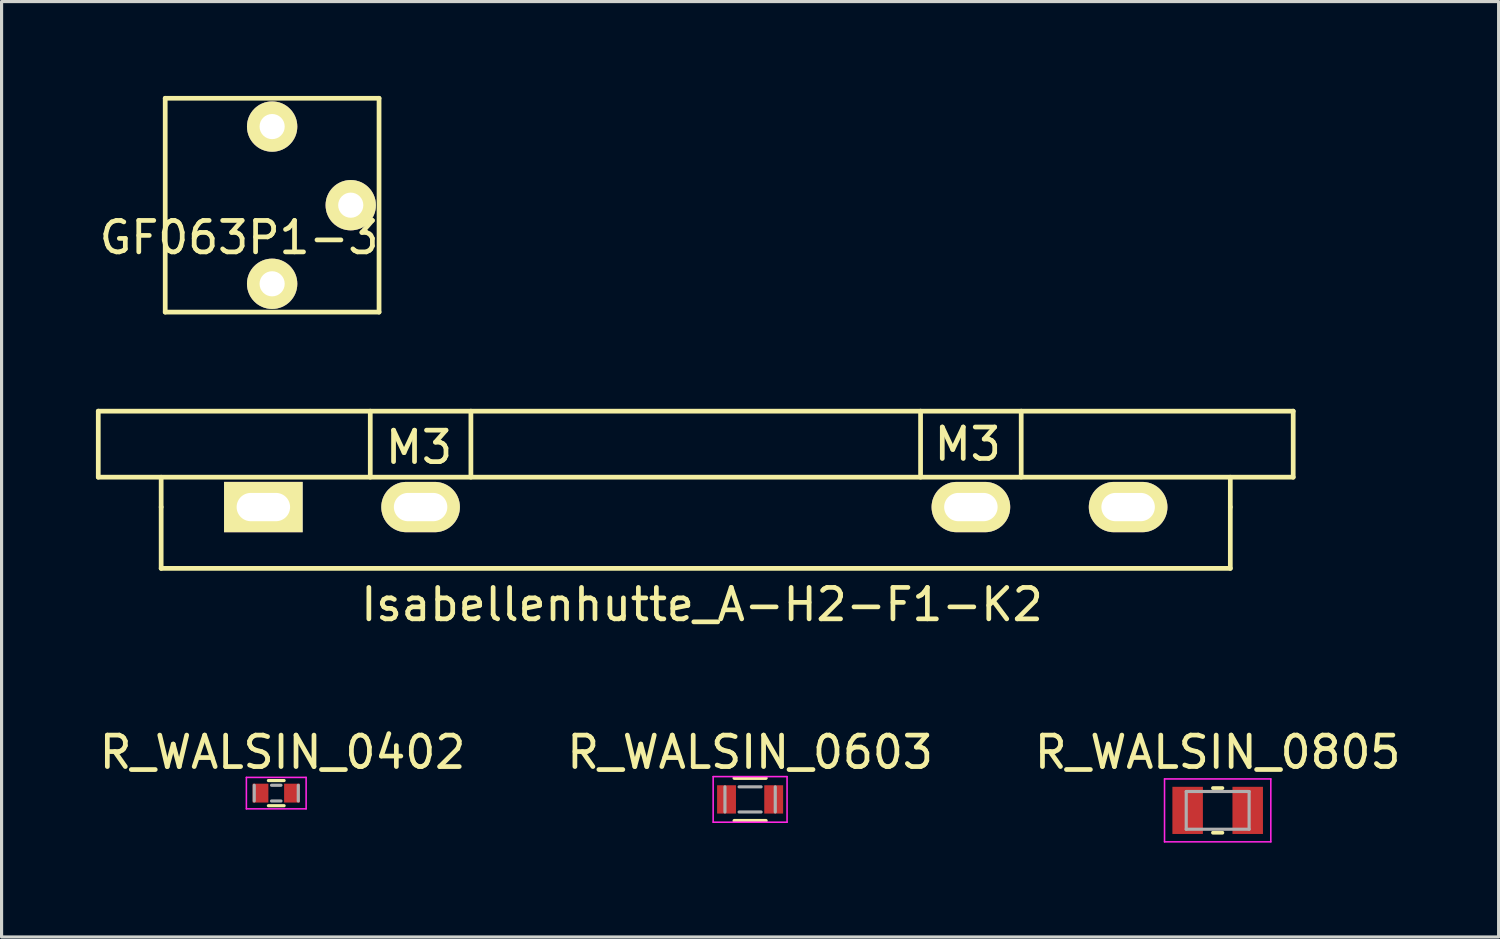
<source format=kicad_pcb>
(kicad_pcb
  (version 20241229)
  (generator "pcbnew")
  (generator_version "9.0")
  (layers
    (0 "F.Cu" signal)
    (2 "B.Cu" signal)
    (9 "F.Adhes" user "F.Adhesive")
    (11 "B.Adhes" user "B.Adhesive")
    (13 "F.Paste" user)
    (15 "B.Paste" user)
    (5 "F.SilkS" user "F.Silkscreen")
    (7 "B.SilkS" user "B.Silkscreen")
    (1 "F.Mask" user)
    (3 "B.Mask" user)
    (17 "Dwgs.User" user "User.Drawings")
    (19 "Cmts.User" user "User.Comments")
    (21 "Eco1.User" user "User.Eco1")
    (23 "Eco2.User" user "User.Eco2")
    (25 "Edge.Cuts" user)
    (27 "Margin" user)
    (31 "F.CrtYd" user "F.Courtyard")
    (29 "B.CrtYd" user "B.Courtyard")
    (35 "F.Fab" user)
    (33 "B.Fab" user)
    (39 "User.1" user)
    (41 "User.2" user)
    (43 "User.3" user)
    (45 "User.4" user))
  (footprint "R_WALSIN_0805"
    (layer "F.Cu")
    (at 35.673 22.721)
    (property "Reference" "R_WALSIN_0805" (at 0 -1.85 0) (layer "F.SilkS") (effects (font (size 1 1) (thickness 0.15))))
    (attr smd)
    (fp_poly (pts (xy -0.4 -0.8) (xy -1.5 -0.8) (xy -1.5 0.8) (xy -0.4 0.8)) (stroke (width 0.15) (type solid)) (fill yes) (layer "F.Mask"))
    (fp_poly (pts (xy 1.5 -0.8) (xy 0.4 -0.8) (xy 0.4 0.8) (xy 1.5 0.8)) (stroke (width 0.15) (type solid)) (fill yes) (layer "F.Mask"))
    (fp_line (start -0.15 -0.71) (end 0.15 -0.71) (stroke (width 0.12) (type solid)) (layer "F.SilkS"))
    (fp_line (start -0.15 0.71) (end 0.15 0.71) (stroke (width 0.12) (type solid)) (layer "F.SilkS"))
    (fp_line (start -1.69 -1) (end 1.69 -1) (stroke (width 0.05) (type solid)) (layer "F.CrtYd"))
    (fp_line (start -1.69 1) (end -1.69 -1) (stroke (width 0.05) (type solid)) (layer "F.CrtYd"))
    (fp_line (start 1.69 -1) (end 1.69 1) (stroke (width 0.05) (type solid)) (layer "F.CrtYd"))
    (fp_line (start 1.69 1) (end -1.69 1) (stroke (width 0.05) (type solid)) (layer "F.CrtYd"))
    (fp_line (start -1 -0.6) (end 1 -0.6) (stroke (width 0.1) (type solid)) (layer "F.Fab"))
    (fp_line (start -1 0.6) (end -1 -0.6) (stroke (width 0.1) (type solid)) (layer "F.Fab"))
    (fp_line (start 1 -0.6) (end 1 0.6) (stroke (width 0.1) (type solid)) (layer "F.Fab"))
    (fp_line (start 1 0.6) (end -1 0.6) (stroke (width 0.1) (type solid)) (layer "F.Fab"))
    (pad "1" smd rect (at -0.955 0) (size 0.97 1.5) (layers "F.Cu" "F.Mask" "F.Paste"))
    (pad "2" smd rect (at 0.955 0) (size 0.97 1.5) (layers "F.Cu" "F.Mask" "F.Paste")))
  (footprint "R_WALSIN_0603"
    (layer "F.Cu")
    (at 20.804 22.372)
    (property "Reference" "R_WALSIN_0603" (at 0 -1.5 0) (layer "F.SilkS") (effects (font (size 1 1) (thickness 0.15))))
    (attr smd)
    (fp_line (start -0.5 -0.68) (end 0.5 -0.68) (stroke (width 0.12) (type solid)) (layer "F.SilkS"))
    (fp_line (start 0.5 0.68) (end -0.5 0.68) (stroke (width 0.12) (type solid)) (layer "F.SilkS"))
    (fp_line (start -1.175 -0.725) (end -1.175 0.725) (stroke (width 0.05) (type solid)) (layer "F.CrtYd"))
    (fp_line (start -1.175 -0.725) (end 1.175 -0.725) (stroke (width 0.05) (type solid)) (layer "F.CrtYd"))
    (fp_line (start 1.175 0.725) (end -1.175 0.725) (stroke (width 0.05) (type solid)) (layer "F.CrtYd"))
    (fp_line (start 1.175 0.725) (end 1.175 -0.725) (stroke (width 0.05) (type solid)) (layer "F.CrtYd"))
    (fp_line (start -0.8 0.4) (end -0.8 -0.4) (stroke (width 0.1) (type solid)) (layer "F.Fab"))
    (fp_line (start -0.35 -0.4) (end 0.35 -0.4) (stroke (width 0.1) (type solid)) (layer "F.Fab"))
    (fp_line (start 0.35 0.4) (end -0.35 0.4) (stroke (width 0.1) (type solid)) (layer "F.Fab"))
    (fp_line (start 0.8 -0.4) (end 0.8 0.4) (stroke (width 0.1) (type solid)) (layer "F.Fab"))
    (pad "1" smd rect (at -0.75 0) (size 0.6 0.9) (layers "F.Cu" "F.Mask" "F.Paste"))
    (pad "2" smd rect (at 0.75 0) (size 0.6 0.9) (layers "F.Cu" "F.Mask" "F.Paste")))
  (footprint "R_WALSIN_0402"
    (layer "F.Cu")
    (at 5.735 22.172)
    (property "Reference" "R_WALSIN_0402" (at 0.2 -1.3 0) (layer "F.SilkS") (effects (font (size 1 1) (thickness 0.15))))
    (attr smd)
    (fp_line (start -0.25 -0.4) (end 0.25 -0.4) (stroke (width 0.1) (type solid)) (layer "F.SilkS"))
    (fp_line (start 0.25 0.4) (end -0.25 0.4) (stroke (width 0.1) (type solid)) (layer "F.SilkS"))
    (fp_line (start -0.95 -0.5) (end -0.95 0.5) (stroke (width 0.05) (type solid)) (layer "F.CrtYd"))
    (fp_line (start -0.95 -0.5) (end 0.95 -0.5) (stroke (width 0.05) (type solid)) (layer "F.CrtYd"))
    (fp_line (start 0.95 0.5) (end -0.95 0.5) (stroke (width 0.05) (type solid)) (layer "F.CrtYd"))
    (fp_line (start 0.95 0.5) (end 0.95 -0.5) (stroke (width 0.05) (type solid)) (layer "F.CrtYd"))
    (fp_line (start -0.7 0.25) (end -0.7 -0.25) (stroke (width 0.1) (type solid)) (layer "F.Fab"))
    (fp_line (start -0.15 -0.25) (end 0.15 -0.25) (stroke (width 0.1) (type solid)) (layer "F.Fab"))
    (fp_line (start 0.15 0.25) (end -0.15 0.25) (stroke (width 0.1) (type solid)) (layer "F.Fab"))
    (fp_line (start 0.7 -0.25) (end 0.7 0.25) (stroke (width 0.1) (type solid)) (layer "F.Fab"))
    (pad "1" smd rect (at -0.5 0) (size 0.5 0.6) (layers "F.Cu" "F.Mask" "F.Paste"))
    (pad "2" smd rect (at 0.5 0) (size 0.5 0.6) (layers "F.Cu" "F.Mask" "F.Paste")))
  (footprint "GF063P1-3"
    (layer "F.Cu")
    (at 5.604 3.475)
    (property "Reference" "GF063P1-3" (at -1.05 1.03 0) (layer "F.SilkS") (effects (font (size 1 1) (thickness 0.15))))
    (attr through_hole)
    (fp_line (start -3.4 -3.4) (end -3.4 3.4) (stroke (width 0.15) (type solid)) (layer "F.SilkS"))
    (fp_line (start -3.4 -3.4) (end 3.4 -3.4) (stroke (width 0.15) (type solid)) (layer "F.SilkS"))
    (fp_line (start -3.4 3.4) (end 3.4 3.4) (stroke (width 0.15) (type solid)) (layer "F.SilkS"))
    (fp_line (start 3.4 -3.4) (end 3.4 3.4) (stroke (width 0.15) (type solid)) (layer "F.SilkS"))
    (pad "1" thru_hole circle (at 0 -2.5) (size 1.6 1.6) (drill 0.8) (layers "*.Cu" "*.Mask" "F.SilkS"))
    (pad "2" thru_hole circle (at 2.5 0) (size 1.6 1.6) (drill 0.8) (layers "*.Cu" "*.Mask" "F.SilkS"))
    (pad "3" thru_hole circle (at 0 2.5) (size 1.6 1.6) (drill 0.8) (layers "*.Cu" "*.Mask" "F.SilkS")))
  (footprint "Isabellenhutte_A-H2-F1-K2"
    (layer "F.Cu")
    (at 19.075 13.075)
    (property "Reference" "Isabellenhutte_A-H2-F1-K2" (at 0.2 3.1 0) (layer "F.SilkS") (effects (font (size 1 1) (thickness 0.15))))
    (attr through_hole)
    (fp_line (start -19 -0.95) (end -19 -3.05) (stroke (width 0.15) (type solid)) (layer "F.SilkS"))
    (fp_line (start -19 -0.95) (end 19 -0.95) (stroke (width 0.15) (type solid)) (layer "F.SilkS"))
    (fp_line (start -17 0) (end -17 -0.95) (stroke (width 0.15) (type solid)) (layer "F.SilkS"))
    (fp_line (start -17 0) (end -17 1.95) (stroke (width 0.15) (type solid)) (layer "F.SilkS"))
    (fp_line (start -17 1.95) (end 17 1.95) (stroke (width 0.15) (type solid)) (layer "F.SilkS"))
    (fp_line (start -10.35 -0.95) (end -10.35 -3.05) (stroke (width 0.15) (type solid)) (layer "F.SilkS"))
    (fp_line (start -7.15 -0.95) (end -7.15 -3.05) (stroke (width 0.15) (type solid)) (layer "F.SilkS"))
    (fp_line (start 7.15 -0.95) (end 7.15 -3.05) (stroke (width 0.15) (type solid)) (layer "F.SilkS"))
    (fp_line (start 10.35 -0.95) (end 10.35 -3.05) (stroke (width 0.15) (type solid)) (layer "F.SilkS"))
    (fp_line (start 17 0) (end 17 -0.95) (stroke (width 0.15) (type solid)) (layer "F.SilkS"))
    (fp_line (start 17 1.95) (end 17 0) (stroke (width 0.15) (type solid)) (layer "F.SilkS"))
    (fp_line (start 19 -3.05) (end -19 -3.05) (stroke (width 0.15) (type solid)) (layer "F.SilkS"))
    (fp_line (start 19 -0.95) (end 19 -3.05) (stroke (width 0.15) (type solid)) (layer "F.SilkS"))
    (fp_text user "M3" (at -8.8 -1.9 0) (layer "F.SilkS") (effects (font (size 1 1) (thickness 0.15))))
    (fp_text user "M3" (at 8.65 -2 0) (layer "F.SilkS") (effects (font (size 1 1) (thickness 0.15))))
    (pad "1" thru_hole rect (at -13.75 0) (size 2.5 1.6) (drill oval 1.7 0.9) (layers "*.Cu" "*.Mask" "F.SilkS"))
    (pad "2" thru_hole oval (at -8.75 0) (size 2.5 1.6) (drill oval 1.7 0.9) (layers "*.Cu" "*.Mask" "F.SilkS"))
    (pad "3" thru_hole oval (at 8.75 0) (size 2.5 1.6) (drill oval 1.7 0.9) (layers "*.Cu" "*.Mask" "F.SilkS"))
    (pad "4" thru_hole oval (at 13.75 0) (size 2.5 1.6) (drill oval 1.7 0.9) (layers "*.Cu" "*.Mask" "F.SilkS")))
  (gr_rect
    (start -3 -3)
    (end 44.607 26.747)
    (stroke (width 0.1) (type default))
    (fill no)
    (layer "Edge.Cuts")))
</source>
